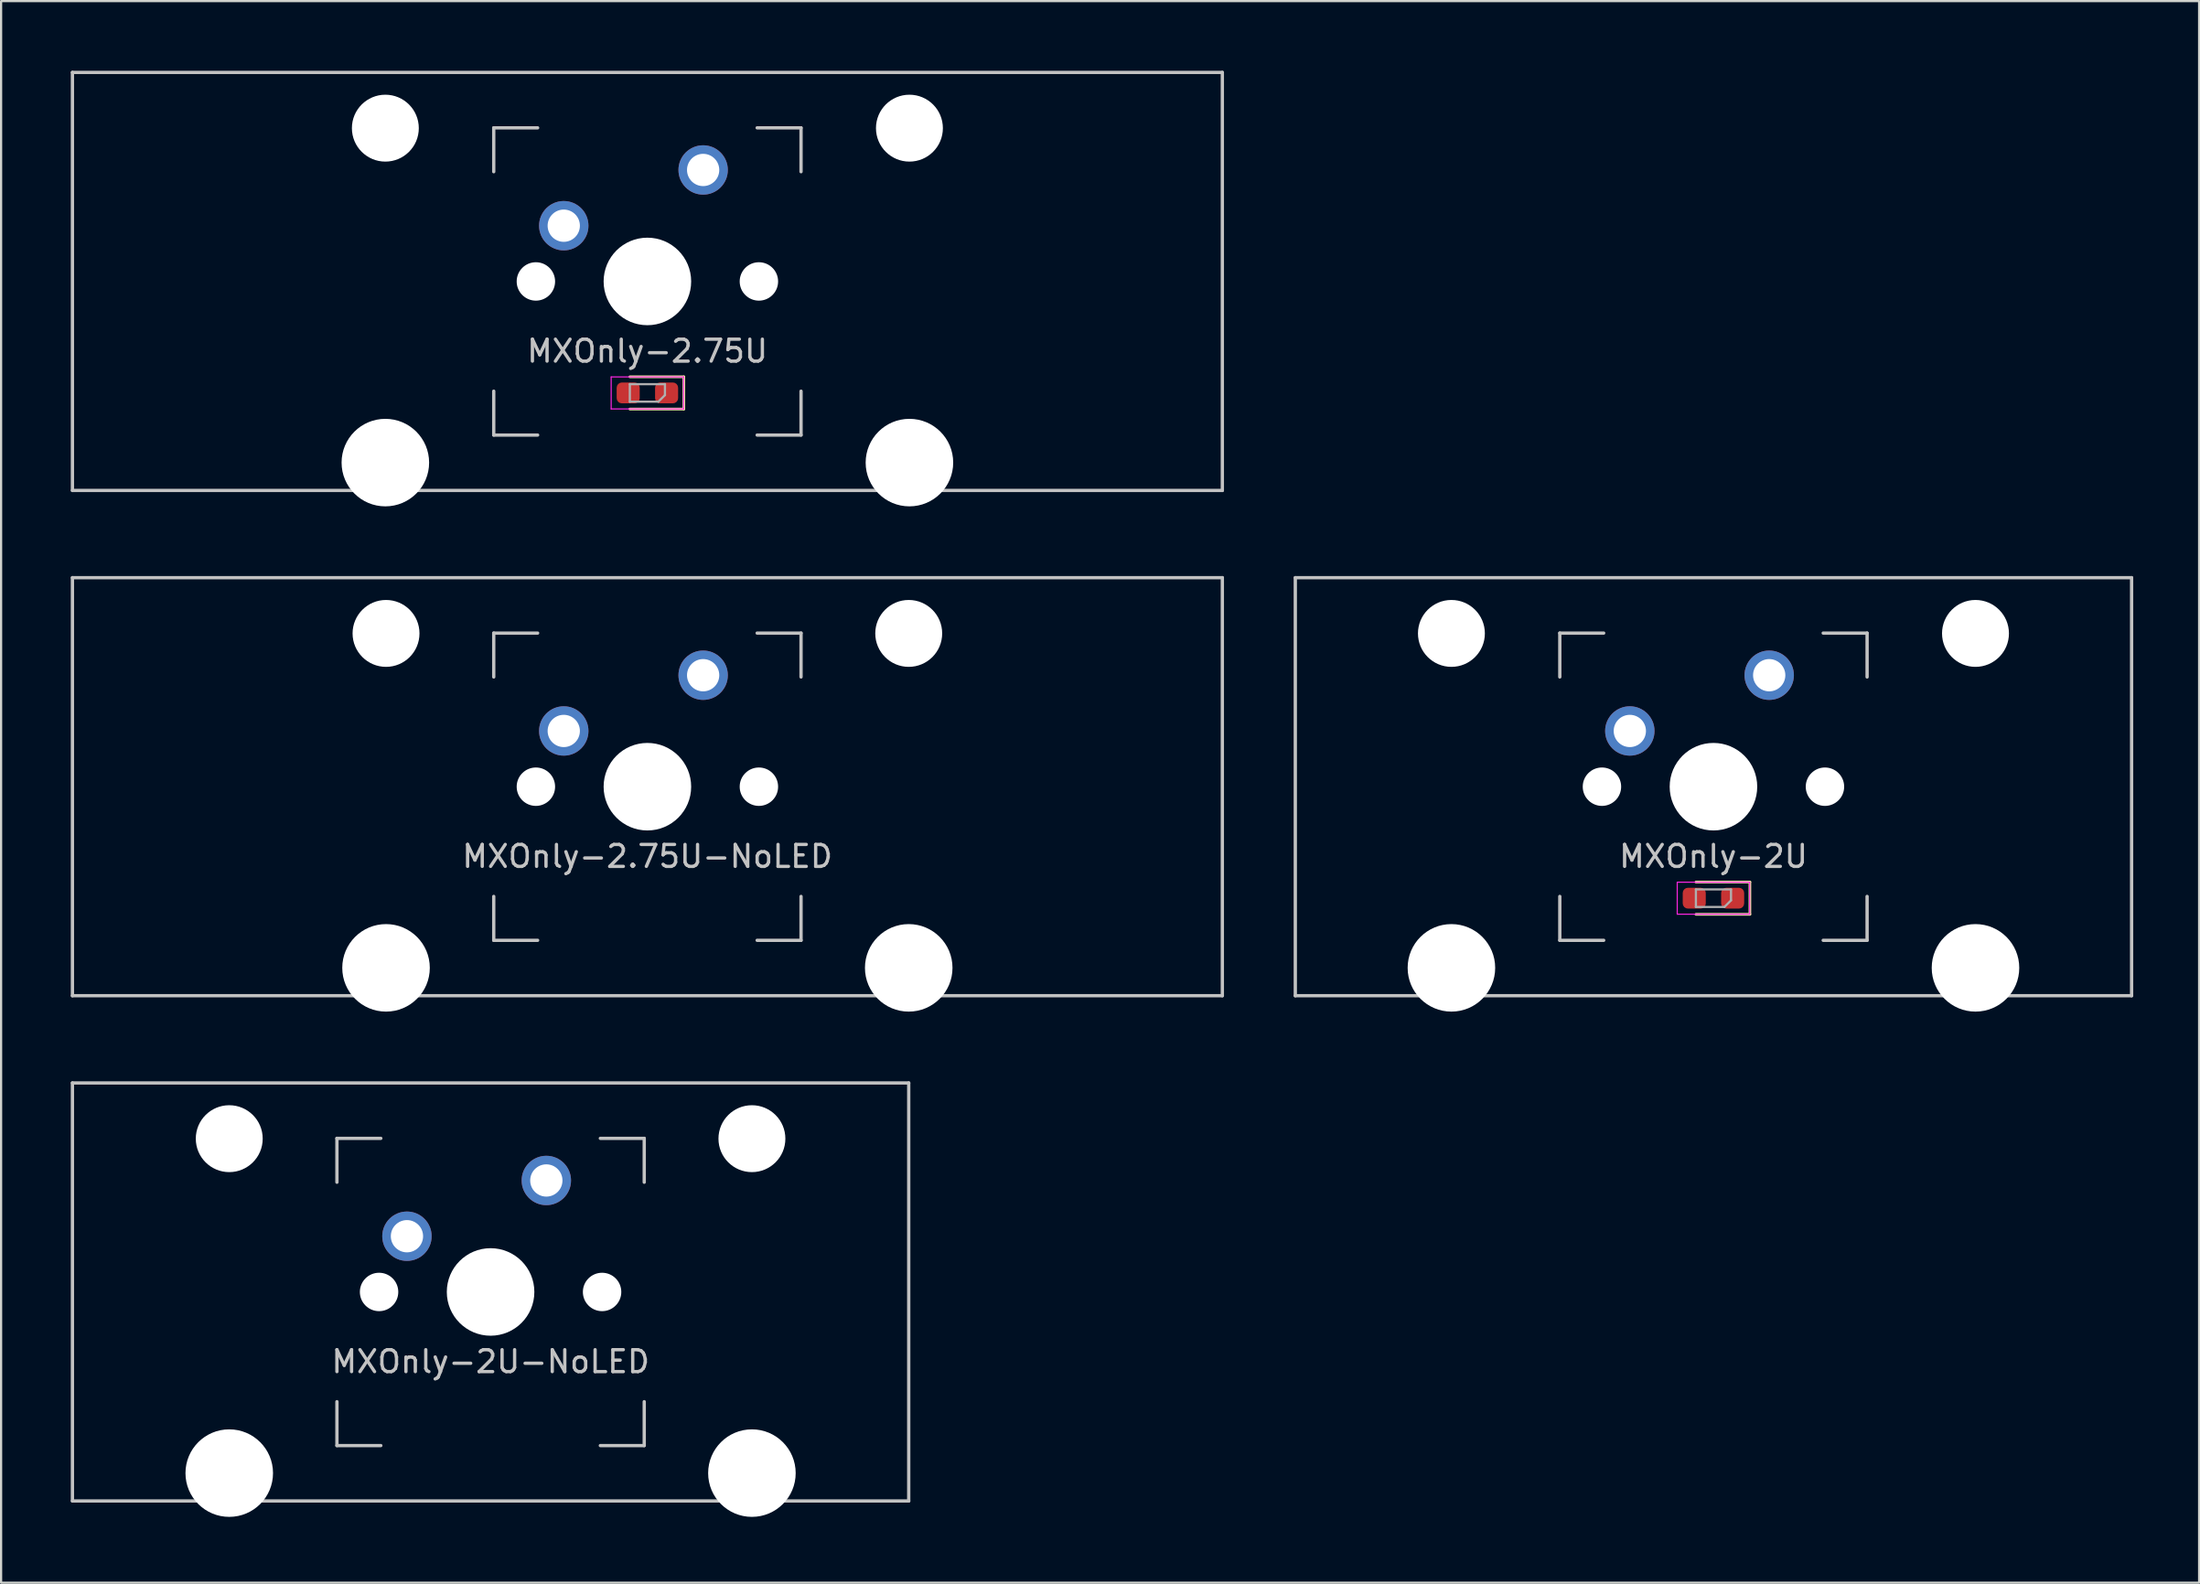
<source format=kicad_pcb>
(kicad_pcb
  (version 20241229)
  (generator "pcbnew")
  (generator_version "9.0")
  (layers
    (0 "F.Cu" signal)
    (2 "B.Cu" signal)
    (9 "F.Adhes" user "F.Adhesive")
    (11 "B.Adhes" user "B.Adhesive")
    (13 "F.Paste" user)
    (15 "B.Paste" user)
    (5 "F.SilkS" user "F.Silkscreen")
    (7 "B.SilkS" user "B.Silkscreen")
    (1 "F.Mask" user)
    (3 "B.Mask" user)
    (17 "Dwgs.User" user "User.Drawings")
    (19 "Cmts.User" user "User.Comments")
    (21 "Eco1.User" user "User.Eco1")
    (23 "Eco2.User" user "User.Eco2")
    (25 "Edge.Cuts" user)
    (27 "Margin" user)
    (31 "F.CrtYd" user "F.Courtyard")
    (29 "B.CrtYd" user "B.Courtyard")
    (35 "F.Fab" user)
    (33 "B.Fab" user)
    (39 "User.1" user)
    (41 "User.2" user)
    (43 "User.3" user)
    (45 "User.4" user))
  (footprint "MXOnly-2.75U"
    (layer "F.Cu")
    (at 0.25 0.25)
    (property "Reference" "MXOnly-2.75U" (at 26.194 12.7 0) (layer "Dwgs.User") (effects (font (size 1 1) (thickness 0.15))))
    (attr through_hole)
    (fp_line (start 25.394 15.34) (end 27.854 15.34) (stroke (width 0.12) (type solid)) (layer "F.SilkS"))
    (fp_line (start 27.854 13.87) (end 25.394 13.87) (stroke (width 0.12) (type solid)) (layer "F.SilkS"))
    (fp_line (start 27.854 15.34) (end 27.854 13.87) (stroke (width 0.12) (type solid)) (layer "F.SilkS"))
    (fp_line (start 0 0) (end 52.388 0) (stroke (width 0.15) (type solid)) (layer "Dwgs.User"))
    (fp_line (start 0 19.05) (end 0 0) (stroke (width 0.15) (type solid)) (layer "Dwgs.User"))
    (fp_line (start 0 19.05) (end 52.388 19.05) (stroke (width 0.15) (type solid)) (layer "Dwgs.User"))
    (fp_line (start 19.194 2.525) (end 19.194 4.525) (stroke (width 0.15) (type solid)) (layer "Dwgs.User"))
    (fp_line (start 19.194 14.525) (end 19.194 16.525) (stroke (width 0.15) (type solid)) (layer "Dwgs.User"))
    (fp_line (start 19.194 16.525) (end 21.194 16.525) (stroke (width 0.15) (type solid)) (layer "Dwgs.User"))
    (fp_line (start 21.194 2.525) (end 19.194 2.525) (stroke (width 0.15) (type solid)) (layer "Dwgs.User"))
    (fp_line (start 31.194 2.525) (end 33.194 2.525) (stroke (width 0.15) (type solid)) (layer "Dwgs.User"))
    (fp_line (start 31.194 16.525) (end 33.194 16.525) (stroke (width 0.15) (type solid)) (layer "Dwgs.User"))
    (fp_line (start 33.194 2.525) (end 33.194 4.525) (stroke (width 0.15) (type solid)) (layer "Dwgs.User"))
    (fp_line (start 33.194 16.525) (end 33.194 14.525) (stroke (width 0.15) (type solid)) (layer "Dwgs.User"))
    (fp_line (start 52.388 0) (end 52.388 19.05) (stroke (width 0.15) (type solid)) (layer "Dwgs.User"))
    (fp_line (start 24.544 13.875) (end 27.844 13.875) (stroke (width 0.05) (type solid)) (layer "F.CrtYd"))
    (fp_line (start 24.544 15.335) (end 24.544 13.875) (stroke (width 0.05) (type solid)) (layer "F.CrtYd"))
    (fp_line (start 27.844 13.875) (end 27.844 15.335) (stroke (width 0.05) (type solid)) (layer "F.CrtYd"))
    (fp_line (start 27.844 15.335) (end 24.544 15.335) (stroke (width 0.05) (type solid)) (layer "F.CrtYd"))
    (fp_line (start 25.394 14.205) (end 25.394 15.005) (stroke (width 0.1) (type solid)) (layer "F.Fab"))
    (fp_line (start 25.394 15.005) (end 26.694 15.005) (stroke (width 0.1) (type solid)) (layer "F.Fab"))
    (fp_line (start 26.694 15.005) (end 26.994 14.705) (stroke (width 0.1) (type solid)) (layer "F.Fab"))
    (fp_line (start 26.994 14.205) (end 25.394 14.205) (stroke (width 0.1) (type solid)) (layer "F.Fab"))
    (fp_line (start 26.994 14.705) (end 26.994 14.205) (stroke (width 0.1) (type solid)) (layer "F.Fab"))
    (pad "" np_thru_hole circle (at 14.256 2.54) (size 3.048 3.048) (drill 3.048) (layers "*.Cu" "*.Mask"))
    (pad "" np_thru_hole circle (at 14.256 17.78) (size 3.988 3.988) (drill 3.988) (layers "*.Cu" "*.Mask"))
    (pad "" np_thru_hole circle (at 21.114 9.525 48.1) (size 1.75 1.75) (drill 1.75) (layers "*.Cu" "*.Mask"))
    (pad "" np_thru_hole circle (at 26.194 9.525) (size 3.988 3.988) (drill 3.988) (layers "*.Cu" "*.Mask"))
    (pad "" np_thru_hole circle (at 31.274 9.525 48.1) (size 1.75 1.75) (drill 1.75) (layers "*.Cu" "*.Mask"))
    (pad "" np_thru_hole circle (at 38.132 2.54) (size 3.048 3.048) (drill 3.048) (layers "*.Cu" "*.Mask"))
    (pad "" np_thru_hole circle (at 38.132 17.78) (size 3.988 3.988) (drill 3.988) (layers "*.Cu" "*.Mask"))
    (pad "1" thru_hole circle (at 22.384 6.985) (size 2.25 2.25) (drill 1.47) (layers "*.Cu" "B.Mask"))
    (pad "2" thru_hole circle (at 28.734 4.445) (size 2.25 2.25) (drill 1.47) (layers "*.Cu" "B.Mask"))
    (pad "3" smd roundrect (at 25.319 14.605 180) (size 1.05 0.95) (layers "F.Cu" "F.Mask" "F.Paste") (roundrect_rratio 0.25))
    (pad "4" smd roundrect (at 27.069 14.605 180) (size 1.05 0.95) (layers "F.Cu" "F.Mask" "F.Paste") (roundrect_rratio 0.25)))
  (footprint "MXOnly-2.75U-NoLED"
    (layer "F.Cu")
    (at 0.25 23.274)
    (property "Reference" "MXOnly-2.75U-NoLED" (at 26.194 12.7 0) (layer "Dwgs.User") (effects (font (size 1 1) (thickness 0.15))))
    (attr through_hole)
    (fp_line (start 0 0) (end 52.388 0) (stroke (width 0.15) (type solid)) (layer "Dwgs.User"))
    (fp_line (start 0 19.05) (end 0 0) (stroke (width 0.15) (type solid)) (layer "Dwgs.User"))
    (fp_line (start 0 19.05) (end 52.388 19.05) (stroke (width 0.15) (type solid)) (layer "Dwgs.User"))
    (fp_line (start 19.194 2.525) (end 19.194 4.525) (stroke (width 0.15) (type solid)) (layer "Dwgs.User"))
    (fp_line (start 19.194 14.525) (end 19.194 16.525) (stroke (width 0.15) (type solid)) (layer "Dwgs.User"))
    (fp_line (start 19.194 16.525) (end 21.194 16.525) (stroke (width 0.15) (type solid)) (layer "Dwgs.User"))
    (fp_line (start 21.194 2.525) (end 19.194 2.525) (stroke (width 0.15) (type solid)) (layer "Dwgs.User"))
    (fp_line (start 31.194 2.525) (end 33.194 2.525) (stroke (width 0.15) (type solid)) (layer "Dwgs.User"))
    (fp_line (start 31.194 16.525) (end 33.194 16.525) (stroke (width 0.15) (type solid)) (layer "Dwgs.User"))
    (fp_line (start 33.194 2.525) (end 33.194 4.525) (stroke (width 0.15) (type solid)) (layer "Dwgs.User"))
    (fp_line (start 33.194 16.525) (end 33.194 14.525) (stroke (width 0.15) (type solid)) (layer "Dwgs.User"))
    (fp_line (start 52.388 0) (end 52.388 19.05) (stroke (width 0.15) (type solid)) (layer "Dwgs.User"))
    (pad "" np_thru_hole circle (at 14.287 2.54) (size 3.048 3.048) (drill 3.048) (layers "*.Cu" "*.Mask"))
    (pad "" np_thru_hole circle (at 14.287 17.78) (size 3.988 3.988) (drill 3.988) (layers "*.Cu" "*.Mask"))
    (pad "" np_thru_hole circle (at 21.114 9.525 48.1) (size 1.75 1.75) (drill 1.75) (layers "*.Cu" "*.Mask"))
    (pad "" np_thru_hole circle (at 26.194 9.525) (size 3.988 3.988) (drill 3.988) (layers "*.Cu" "*.Mask"))
    (pad "" np_thru_hole circle (at 31.274 9.525 48.1) (size 1.75 1.75) (drill 1.75) (layers "*.Cu" "*.Mask"))
    (pad "" np_thru_hole circle (at 38.1 2.54) (size 3.048 3.048) (drill 3.048) (layers "*.Cu" "*.Mask"))
    (pad "" np_thru_hole circle (at 38.1 17.78) (size 3.988 3.988) (drill 3.988) (layers "*.Cu" "*.Mask"))
    (pad "1" thru_hole circle (at 22.384 6.985) (size 2.25 2.25) (drill 1.47) (layers "*.Cu" "B.Mask"))
    (pad "2" thru_hole circle (at 28.734 4.445) (size 2.25 2.25) (drill 1.47) (layers "*.Cu" "B.Mask")))
  (footprint "MXOnly-2U-NoLED"
    (layer "F.Cu")
    (at 0.25 46.298)
    (property "Reference" "MXOnly-2U-NoLED" (at 19.05 12.7 0) (layer "Dwgs.User") (effects (font (size 1 1) (thickness 0.15))))
    (attr through_hole)
    (fp_line (start 0 0) (end 38.1 0) (stroke (width 0.15) (type solid)) (layer "Dwgs.User"))
    (fp_line (start 0 19.05) (end 0 0) (stroke (width 0.15) (type solid)) (layer "Dwgs.User"))
    (fp_line (start 0 19.05) (end 38.1 19.05) (stroke (width 0.15) (type solid)) (layer "Dwgs.User"))
    (fp_line (start 12.05 2.525) (end 12.05 4.525) (stroke (width 0.15) (type solid)) (layer "Dwgs.User"))
    (fp_line (start 12.05 14.525) (end 12.05 16.525) (stroke (width 0.15) (type solid)) (layer "Dwgs.User"))
    (fp_line (start 12.05 16.525) (end 14.05 16.525) (stroke (width 0.15) (type solid)) (layer "Dwgs.User"))
    (fp_line (start 14.05 2.525) (end 12.05 2.525) (stroke (width 0.15) (type solid)) (layer "Dwgs.User"))
    (fp_line (start 24.05 2.525) (end 26.05 2.525) (stroke (width 0.15) (type solid)) (layer "Dwgs.User"))
    (fp_line (start 24.05 16.525) (end 26.05 16.525) (stroke (width 0.15) (type solid)) (layer "Dwgs.User"))
    (fp_line (start 26.05 2.525) (end 26.05 4.525) (stroke (width 0.15) (type solid)) (layer "Dwgs.User"))
    (fp_line (start 26.05 16.525) (end 26.05 14.525) (stroke (width 0.15) (type solid)) (layer "Dwgs.User"))
    (fp_line (start 38.1 0) (end 38.1 19.05) (stroke (width 0.15) (type solid)) (layer "Dwgs.User"))
    (pad "" np_thru_hole circle (at 7.144 2.54) (size 3.048 3.048) (drill 3.048) (layers "*.Cu" "*.Mask"))
    (pad "" np_thru_hole circle (at 7.144 17.78) (size 3.988 3.988) (drill 3.988) (layers "*.Cu" "*.Mask"))
    (pad "" np_thru_hole circle (at 13.97 9.525 48.1) (size 1.75 1.75) (drill 1.75) (layers "*.Cu" "*.Mask"))
    (pad "" np_thru_hole circle (at 19.05 9.525) (size 3.988 3.988) (drill 3.988) (layers "*.Cu" "*.Mask"))
    (pad "" np_thru_hole circle (at 24.13 9.525 48.1) (size 1.75 1.75) (drill 1.75) (layers "*.Cu" "*.Mask"))
    (pad "" np_thru_hole circle (at 30.956 2.54) (size 3.048 3.048) (drill 3.048) (layers "*.Cu" "*.Mask"))
    (pad "" np_thru_hole circle (at 30.956 17.78) (size 3.988 3.988) (drill 3.988) (layers "*.Cu" "*.Mask"))
    (pad "1" thru_hole circle (at 15.24 6.985) (size 2.25 2.25) (drill 1.47) (layers "*.Cu" "B.Mask"))
    (pad "2" thru_hole circle (at 21.59 4.445) (size 2.25 2.25) (drill 1.47) (layers "*.Cu" "B.Mask")))
  (footprint "MXOnly-2U"
    (layer "F.Cu")
    (at 55.962 23.274)
    (property "Reference" "MXOnly-2U" (at 19.05 12.7 0) (layer "Dwgs.User") (effects (font (size 1 1) (thickness 0.15))))
    (attr through_hole)
    (fp_line (start 18.25 15.34) (end 20.71 15.34) (stroke (width 0.12) (type solid)) (layer "F.SilkS"))
    (fp_line (start 20.71 13.87) (end 18.25 13.87) (stroke (width 0.12) (type solid)) (layer "F.SilkS"))
    (fp_line (start 20.71 15.34) (end 20.71 13.87) (stroke (width 0.12) (type solid)) (layer "F.SilkS"))
    (fp_line (start 0 0) (end 38.1 0) (stroke (width 0.15) (type solid)) (layer "Dwgs.User"))
    (fp_line (start 0 19.05) (end 0 0) (stroke (width 0.15) (type solid)) (layer "Dwgs.User"))
    (fp_line (start 0 19.05) (end 38.1 19.05) (stroke (width 0.15) (type solid)) (layer "Dwgs.User"))
    (fp_line (start 12.05 2.525) (end 12.05 4.525) (stroke (width 0.15) (type solid)) (layer "Dwgs.User"))
    (fp_line (start 12.05 14.525) (end 12.05 16.525) (stroke (width 0.15) (type solid)) (layer "Dwgs.User"))
    (fp_line (start 12.05 16.525) (end 14.05 16.525) (stroke (width 0.15) (type solid)) (layer "Dwgs.User"))
    (fp_line (start 14.05 2.525) (end 12.05 2.525) (stroke (width 0.15) (type solid)) (layer "Dwgs.User"))
    (fp_line (start 24.05 2.525) (end 26.05 2.525) (stroke (width 0.15) (type solid)) (layer "Dwgs.User"))
    (fp_line (start 24.05 16.525) (end 26.05 16.525) (stroke (width 0.15) (type solid)) (layer "Dwgs.User"))
    (fp_line (start 26.05 2.525) (end 26.05 4.525) (stroke (width 0.15) (type solid)) (layer "Dwgs.User"))
    (fp_line (start 26.05 16.525) (end 26.05 14.525) (stroke (width 0.15) (type solid)) (layer "Dwgs.User"))
    (fp_line (start 38.1 0) (end 38.1 19.05) (stroke (width 0.15) (type solid)) (layer "Dwgs.User"))
    (fp_line (start 17.4 13.875) (end 20.7 13.875) (stroke (width 0.05) (type solid)) (layer "F.CrtYd"))
    (fp_line (start 17.4 15.335) (end 17.4 13.875) (stroke (width 0.05) (type solid)) (layer "F.CrtYd"))
    (fp_line (start 20.7 13.875) (end 20.7 15.335) (stroke (width 0.05) (type solid)) (layer "F.CrtYd"))
    (fp_line (start 20.7 15.335) (end 17.4 15.335) (stroke (width 0.05) (type solid)) (layer "F.CrtYd"))
    (fp_line (start 18.25 14.205) (end 18.25 15.005) (stroke (width 0.1) (type solid)) (layer "F.Fab"))
    (fp_line (start 18.25 15.005) (end 19.55 15.005) (stroke (width 0.1) (type solid)) (layer "F.Fab"))
    (fp_line (start 19.55 15.005) (end 19.85 14.705) (stroke (width 0.1) (type solid)) (layer "F.Fab"))
    (fp_line (start 19.85 14.205) (end 18.25 14.205) (stroke (width 0.1) (type solid)) (layer "F.Fab"))
    (fp_line (start 19.85 14.705) (end 19.85 14.205) (stroke (width 0.1) (type solid)) (layer "F.Fab"))
    (pad "" np_thru_hole circle (at 7.112 2.54) (size 3.048 3.048) (drill 3.048) (layers "*.Cu" "*.Mask"))
    (pad "" np_thru_hole circle (at 7.112 17.78) (size 3.988 3.988) (drill 3.988) (layers "*.Cu" "*.Mask"))
    (pad "" np_thru_hole circle (at 13.97 9.525 48.1) (size 1.75 1.75) (drill 1.75) (layers "*.Cu" "*.Mask"))
    (pad "" np_thru_hole circle (at 19.05 9.525) (size 3.988 3.988) (drill 3.988) (layers "*.Cu" "*.Mask"))
    (pad "" np_thru_hole circle (at 24.13 9.525 48.1) (size 1.75 1.75) (drill 1.75) (layers "*.Cu" "*.Mask"))
    (pad "" np_thru_hole circle (at 30.988 2.54) (size 3.048 3.048) (drill 3.048) (layers "*.Cu" "*.Mask"))
    (pad "" np_thru_hole circle (at 30.988 17.78) (size 3.988 3.988) (drill 3.988) (layers "*.Cu" "*.Mask"))
    (pad "1" thru_hole circle (at 15.24 6.985) (size 2.25 2.25) (drill 1.47) (layers "*.Cu" "B.Mask"))
    (pad "2" thru_hole circle (at 21.59 4.445) (size 2.25 2.25) (drill 1.47) (layers "*.Cu" "B.Mask"))
    (pad "3" smd roundrect (at 18.175 14.605 180) (size 1.05 0.95) (layers "F.Cu" "F.Mask" "F.Paste") (roundrect_rratio 0.25))
    (pad "4" smd roundrect (at 19.925 14.605 180) (size 1.05 0.95) (layers "F.Cu" "F.Mask" "F.Paste") (roundrect_rratio 0.25)))
  (gr_rect
    (start -3 -3)
    (end 97.138 69.072)
    (stroke (width 0.1) (type default))
    (fill no)
    (layer "Edge.Cuts")))
</source>
